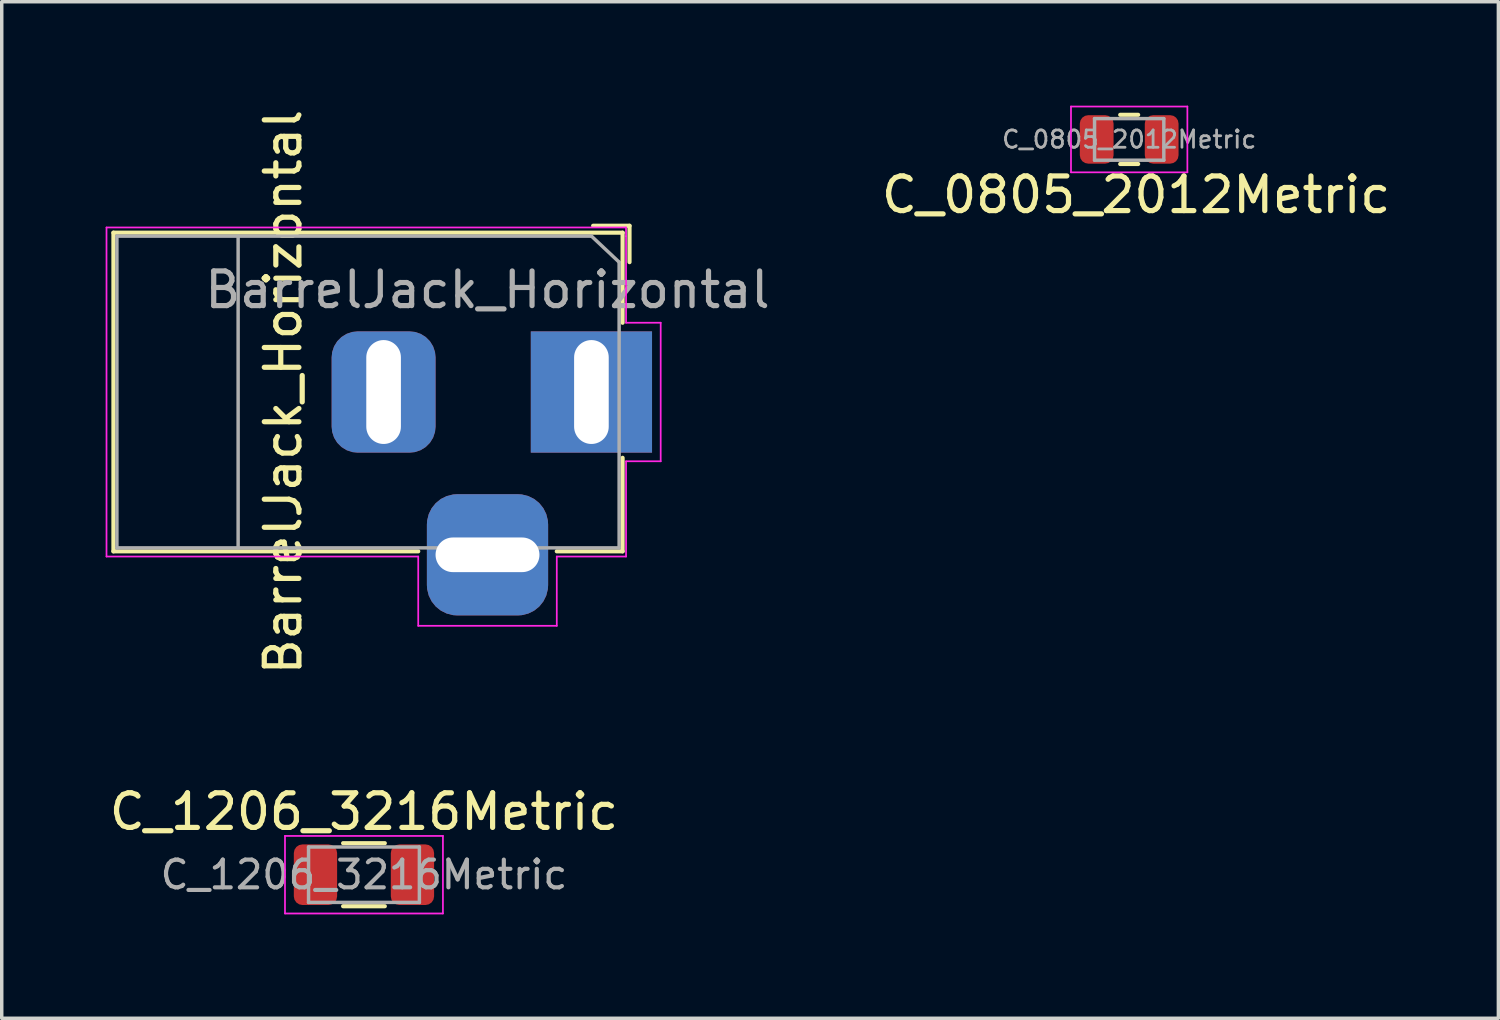
<source format=kicad_pcb>
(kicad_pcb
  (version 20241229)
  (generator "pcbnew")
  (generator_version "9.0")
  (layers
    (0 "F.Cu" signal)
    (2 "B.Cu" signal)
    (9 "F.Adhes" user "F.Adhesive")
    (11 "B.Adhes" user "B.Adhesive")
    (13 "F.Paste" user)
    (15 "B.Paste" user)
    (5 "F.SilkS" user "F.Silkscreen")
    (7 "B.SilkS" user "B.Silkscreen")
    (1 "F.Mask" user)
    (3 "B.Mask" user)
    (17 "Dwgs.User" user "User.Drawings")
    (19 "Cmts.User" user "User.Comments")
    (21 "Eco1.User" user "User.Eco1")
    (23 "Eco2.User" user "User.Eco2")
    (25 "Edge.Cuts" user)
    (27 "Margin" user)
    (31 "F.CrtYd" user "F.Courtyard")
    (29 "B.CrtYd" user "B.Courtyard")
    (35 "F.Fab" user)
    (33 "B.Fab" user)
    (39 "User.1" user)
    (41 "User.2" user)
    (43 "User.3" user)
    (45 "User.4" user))
  (footprint "C_1206_3216Metric"
    (layer "F.Cu")
    (at 7.458 22.204)
    (property "Reference" "C_1206_3216Metric" (at 0 -1.82 180) (layer "F.SilkS") (effects (font (size 1 1) (thickness 0.15))))
    (attr smd)
    (fp_line (start -0.602 -0.91) (end 0.602 -0.91) (stroke (width 0.12) (type solid)) (layer "F.SilkS"))
    (fp_line (start -0.602 0.91) (end 0.602 0.91) (stroke (width 0.12) (type solid)) (layer "F.SilkS"))
    (fp_line (start -2.28 -1.12) (end 2.28 -1.12) (stroke (width 0.05) (type solid)) (layer "F.CrtYd"))
    (fp_line (start -2.28 1.12) (end -2.28 -1.12) (stroke (width 0.05) (type solid)) (layer "F.CrtYd"))
    (fp_line (start 2.28 -1.12) (end 2.28 1.12) (stroke (width 0.05) (type solid)) (layer "F.CrtYd"))
    (fp_line (start 2.28 1.12) (end -2.28 1.12) (stroke (width 0.05) (type solid)) (layer "F.CrtYd"))
    (fp_line (start -1.6 -0.8) (end 1.6 -0.8) (stroke (width 0.1) (type solid)) (layer "F.Fab"))
    (fp_line (start -1.6 0.8) (end -1.6 -0.8) (stroke (width 0.1) (type solid)) (layer "F.Fab"))
    (fp_line (start 1.6 -0.8) (end 1.6 0.8) (stroke (width 0.1) (type solid)) (layer "F.Fab"))
    (fp_line (start 1.6 0.8) (end -1.6 0.8) (stroke (width 0.1) (type solid)) (layer "F.Fab"))
    (fp_text user "${REFERENCE}" (at 0 0 180) (layer "F.Fab") (effects (font (size 0.8 0.8) (thickness 0.12))))
    (pad "1" smd roundrect (at -1.4 0) (size 1.25 1.75) (layers "F.Cu" "F.Mask" "F.Paste") (roundrect_rratio 0.2))
    (pad "2" smd roundrect (at 1.4 0) (size 1.25 1.75) (layers "F.Cu" "F.Mask" "F.Paste") (roundrect_rratio 0.2)))
  (footprint "C_0805_2012Metric"
    (layer "F.Cu")
    (at 29.551 0.975)
    (property "Reference" "C_0805_2012Metric" (at 0.2 1.6 180) (layer "F.SilkS") (effects (font (size 1 1) (thickness 0.15))))
    (attr smd)
    (fp_line (start -0.259 -0.71) (end 0.259 -0.71) (stroke (width 0.12) (type solid)) (layer "F.SilkS"))
    (fp_line (start -0.259 0.71) (end 0.259 0.71) (stroke (width 0.12) (type solid)) (layer "F.SilkS"))
    (fp_line (start -1.68 -0.95) (end 1.68 -0.95) (stroke (width 0.05) (type solid)) (layer "F.CrtYd"))
    (fp_line (start -1.68 0.95) (end -1.68 -0.95) (stroke (width 0.05) (type solid)) (layer "F.CrtYd"))
    (fp_line (start 1.68 -0.95) (end 1.68 0.95) (stroke (width 0.05) (type solid)) (layer "F.CrtYd"))
    (fp_line (start 1.68 0.95) (end -1.68 0.95) (stroke (width 0.05) (type solid)) (layer "F.CrtYd"))
    (fp_line (start -1 -0.6) (end 1 -0.6) (stroke (width 0.1) (type solid)) (layer "F.Fab"))
    (fp_line (start -1 0.6) (end -1 -0.6) (stroke (width 0.1) (type solid)) (layer "F.Fab"))
    (fp_line (start 1 -0.6) (end 1 0.6) (stroke (width 0.1) (type solid)) (layer "F.Fab"))
    (fp_line (start 1 0.6) (end -1 0.6) (stroke (width 0.1) (type solid)) (layer "F.Fab"))
    (fp_text user "${REFERENCE}" (at 0 0 180) (layer "F.Fab") (effects (font (size 0.5 0.5) (thickness 0.08))))
    (pad "1" smd roundrect (at -0.938 0) (size 0.975 1.4) (layers "F.Cu" "F.Mask" "F.Paste") (roundrect_rratio 0.25))
    (pad "2" smd roundrect (at 0.938 0) (size 0.975 1.4) (layers "F.Cu" "F.Mask" "F.Paste") (roundrect_rratio 0.25)))
  (footprint "BarrelJack_Horizontal"
    (layer "F.Cu")
    (at 14.025 8.268)
    (property "Reference" "BarrelJack_Horizontal" (at -8.9 0 270) (layer "F.SilkS") (effects (font (size 1 1) (thickness 0.15))))
    (attr through_hole)
    (fp_line (start -13.8 -4.6) (end 0.9 -4.6) (stroke (width 0.12) (type solid)) (layer "F.SilkS"))
    (fp_line (start -13.8 4.6) (end -13.8 -4.6) (stroke (width 0.12) (type solid)) (layer "F.SilkS"))
    (fp_line (start -5 4.6) (end -13.8 4.6) (stroke (width 0.12) (type solid)) (layer "F.SilkS"))
    (fp_line (start 0.05 -4.8) (end 1.1 -4.8) (stroke (width 0.12) (type solid)) (layer "F.SilkS"))
    (fp_line (start 0.9 -4.6) (end 0.9 -2) (stroke (width 0.12) (type solid)) (layer "F.SilkS"))
    (fp_line (start 0.9 1.9) (end 0.9 4.6) (stroke (width 0.12) (type solid)) (layer "F.SilkS"))
    (fp_line (start 0.9 4.6) (end -1 4.6) (stroke (width 0.12) (type solid)) (layer "F.SilkS"))
    (fp_line (start 1.1 -3.75) (end 1.1 -4.8) (stroke (width 0.12) (type solid)) (layer "F.SilkS"))
    (fp_line (start -14 4.75) (end -14 -4.75) (stroke (width 0.05) (type solid)) (layer "F.CrtYd"))
    (fp_line (start -5 4.75) (end -14 4.75) (stroke (width 0.05) (type solid)) (layer "F.CrtYd"))
    (fp_line (start -5 6.75) (end -5 4.75) (stroke (width 0.05) (type solid)) (layer "F.CrtYd"))
    (fp_line (start -1 4.75) (end -1 6.75) (stroke (width 0.05) (type solid)) (layer "F.CrtYd"))
    (fp_line (start -1 6.75) (end -5 6.75) (stroke (width 0.05) (type solid)) (layer "F.CrtYd"))
    (fp_line (start 1 -4.75) (end -14 -4.75) (stroke (width 0.05) (type solid)) (layer "F.CrtYd"))
    (fp_line (start 1 -4.5) (end 1 -4.75) (stroke (width 0.05) (type solid)) (layer "F.CrtYd"))
    (fp_line (start 1 -4.5) (end 1 -2) (stroke (width 0.05) (type solid)) (layer "F.CrtYd"))
    (fp_line (start 1 -2) (end 2 -2) (stroke (width 0.05) (type solid)) (layer "F.CrtYd"))
    (fp_line (start 1 2) (end 1 4.75) (stroke (width 0.05) (type solid)) (layer "F.CrtYd"))
    (fp_line (start 1 4.75) (end -1 4.75) (stroke (width 0.05) (type solid)) (layer "F.CrtYd"))
    (fp_line (start 2 -2) (end 2 2) (stroke (width 0.05) (type solid)) (layer "F.CrtYd"))
    (fp_line (start 2 2) (end 1 2) (stroke (width 0.05) (type solid)) (layer "F.CrtYd"))
    (fp_line (start -13.7 -4.5) (end -13.7 4.5) (stroke (width 0.1) (type solid)) (layer "F.Fab"))
    (fp_line (start -13.7 4.5) (end 0.8 4.5) (stroke (width 0.1) (type solid)) (layer "F.Fab"))
    (fp_line (start -10.2 -4.5) (end -10.2 4.5) (stroke (width 0.1) (type solid)) (layer "F.Fab"))
    (fp_line (start -0.003 -4.505) (end 0.8 -3.75) (stroke (width 0.1) (type solid)) (layer "F.Fab"))
    (fp_line (start 0 -4.5) (end -13.7 -4.5) (stroke (width 0.1) (type solid)) (layer "F.Fab"))
    (fp_line (start 0.8 4.5) (end 0.8 -3.75) (stroke (width 0.1) (type solid)) (layer "F.Fab"))
    (fp_text user "${REFERENCE}" (at -3 -2.95 180) (layer "F.Fab") (effects (font (size 1 1) (thickness 0.15))))
    (pad "1" thru_hole rect (at 0 0) (size 3.5 3.5) (drill oval 1 3) (layers "*.Cu" "*.Mask"))
    (pad "2" thru_hole roundrect (at -6 0) (size 3 3.5) (drill oval 1 3) (layers "*.Cu" "*.Mask") (roundrect_rratio 0.25))
    (pad "3" thru_hole roundrect (at -3 4.7) (size 3.5 3.5) (drill oval 3 1) (layers "*.Cu" "*.Mask") (roundrect_rratio 0.25)))
  (gr_rect
    (start -3 -3)
    (end 40.21 26.349)
    (stroke (width 0.1) (type default))
    (fill no)
    (layer "Edge.Cuts")))
</source>
